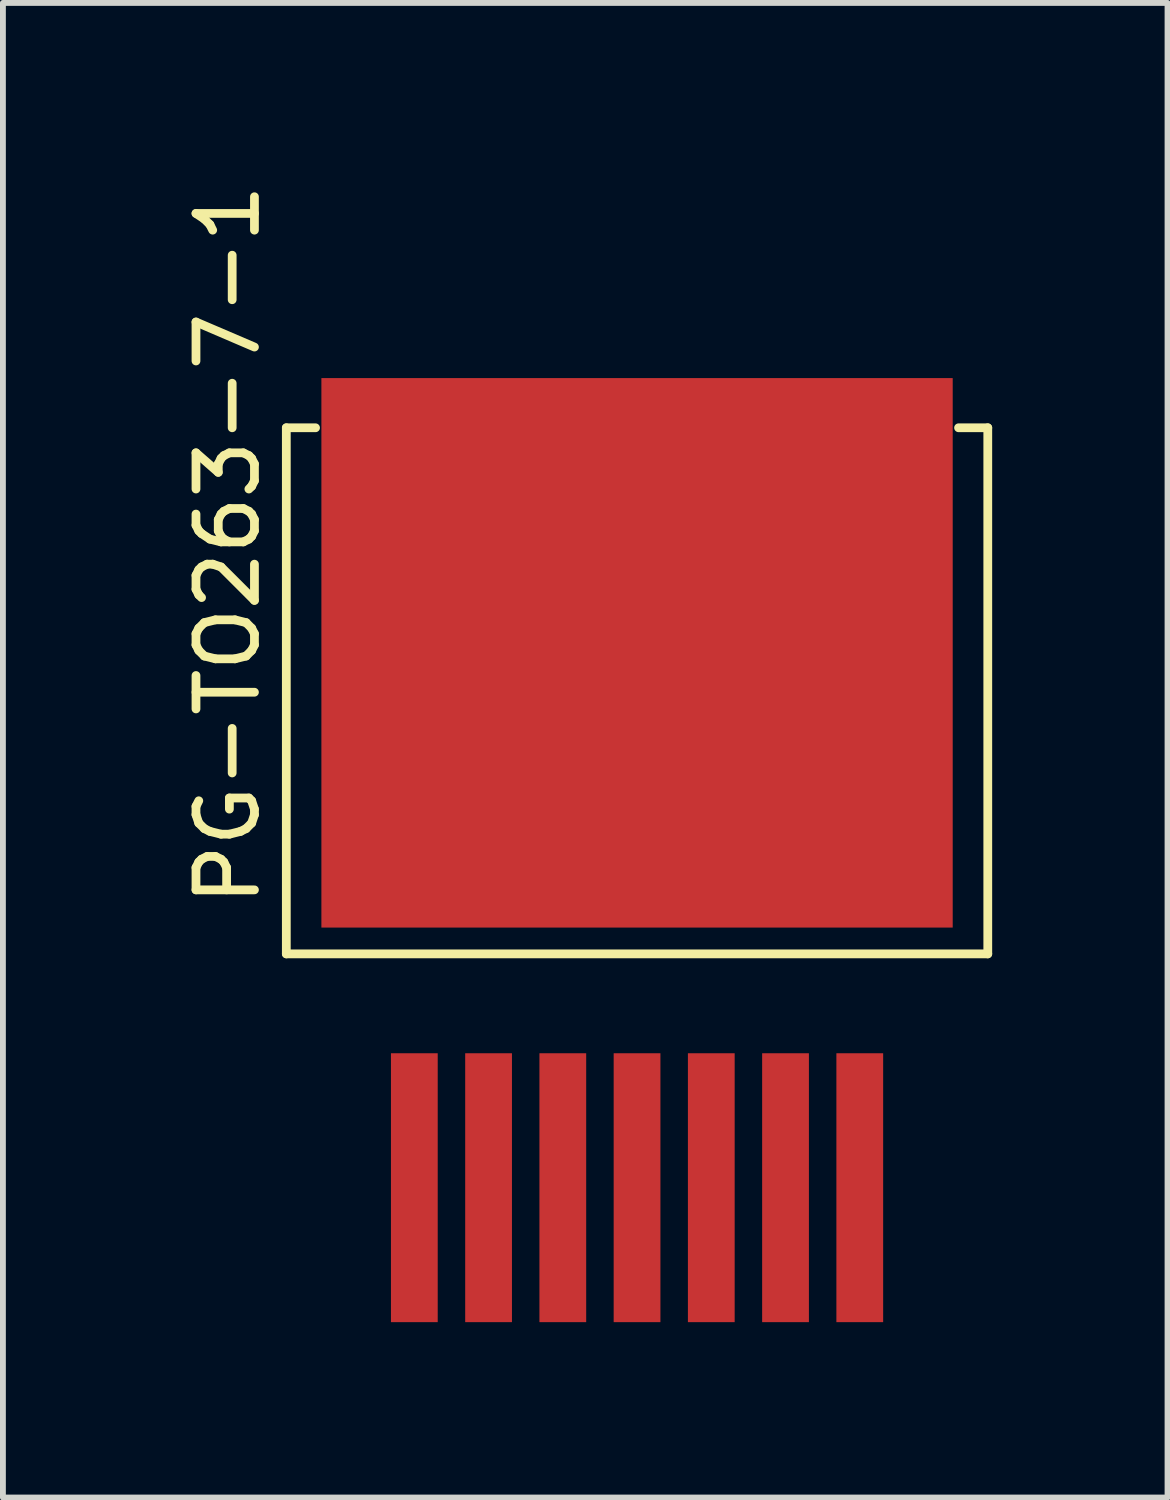
<source format=kicad_pcb>
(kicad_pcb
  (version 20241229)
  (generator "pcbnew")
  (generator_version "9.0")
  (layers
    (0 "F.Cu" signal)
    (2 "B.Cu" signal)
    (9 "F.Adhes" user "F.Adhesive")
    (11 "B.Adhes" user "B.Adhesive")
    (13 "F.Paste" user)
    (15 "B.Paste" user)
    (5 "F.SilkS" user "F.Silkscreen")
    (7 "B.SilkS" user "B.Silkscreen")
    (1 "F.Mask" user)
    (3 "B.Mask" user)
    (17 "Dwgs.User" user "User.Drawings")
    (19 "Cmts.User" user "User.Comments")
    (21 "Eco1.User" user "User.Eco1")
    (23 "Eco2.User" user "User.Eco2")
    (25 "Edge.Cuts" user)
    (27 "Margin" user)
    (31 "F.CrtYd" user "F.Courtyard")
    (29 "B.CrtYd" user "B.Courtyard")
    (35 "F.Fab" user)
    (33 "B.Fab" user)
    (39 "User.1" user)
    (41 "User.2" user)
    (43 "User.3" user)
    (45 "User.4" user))
  (footprint "PG-TO263-7-1"
    (layer "F.Cu")
    (at 7.848 17.268)
    (property "Reference" "PG-TO263-7-1" (at -7 -11 90) (layer "F.SilkS") (effects (font (size 1 1) (thickness 0.15))))
    (attr through_hole)
    (fp_line (start -6 -13) (end -6 -4) (stroke (width 0.15) (type solid)) (layer "F.SilkS"))
    (fp_line (start -6 -4) (end 6 -4) (stroke (width 0.15) (type solid)) (layer "F.SilkS"))
    (fp_line (start -5.5 -13) (end -6 -13) (stroke (width 0.15) (type solid)) (layer "F.SilkS"))
    (fp_line (start 6 -13) (end 5.5 -13) (stroke (width 0.15) (type solid)) (layer "F.SilkS"))
    (fp_line (start 6 -4) (end 6 -13) (stroke (width 0.15) (type solid)) (layer "F.SilkS"))
    (pad "1" smd rect (at -3.81 0) (size 0.8 4.6) (layers "F.Cu" "F.Mask" "F.Paste"))
    (pad "2" smd rect (at -2.54 0) (size 0.8 4.6) (layers "F.Cu" "F.Mask" "F.Paste"))
    (pad "3" smd rect (at -1.27 0) (size 0.8 4.6) (layers "F.Cu" "F.Mask" "F.Paste"))
    (pad "4" smd rect (at 0 0) (size 0.8 4.6) (layers "F.Cu" "F.Mask" "F.Paste"))
    (pad "5" smd rect (at 1.27 0) (size 0.8 4.6) (layers "F.Cu" "F.Mask" "F.Paste"))
    (pad "6" smd rect (at 2.54 0) (size 0.8 4.6) (layers "F.Cu" "F.Mask" "F.Paste"))
    (pad "7" smd rect (at 3.81 0) (size 0.8 4.6) (layers "F.Cu" "F.Mask" "F.Paste"))
    (pad "8" smd rect (at 0 -9.15) (size 10.8 9.4) (layers "F.Cu" "F.Mask" "F.Paste")))
  (gr_rect
    (start -3 -3)
    (end 16.923 22.568)
    (stroke (width 0.1) (type default))
    (fill no)
    (layer "Edge.Cuts")))
</source>
